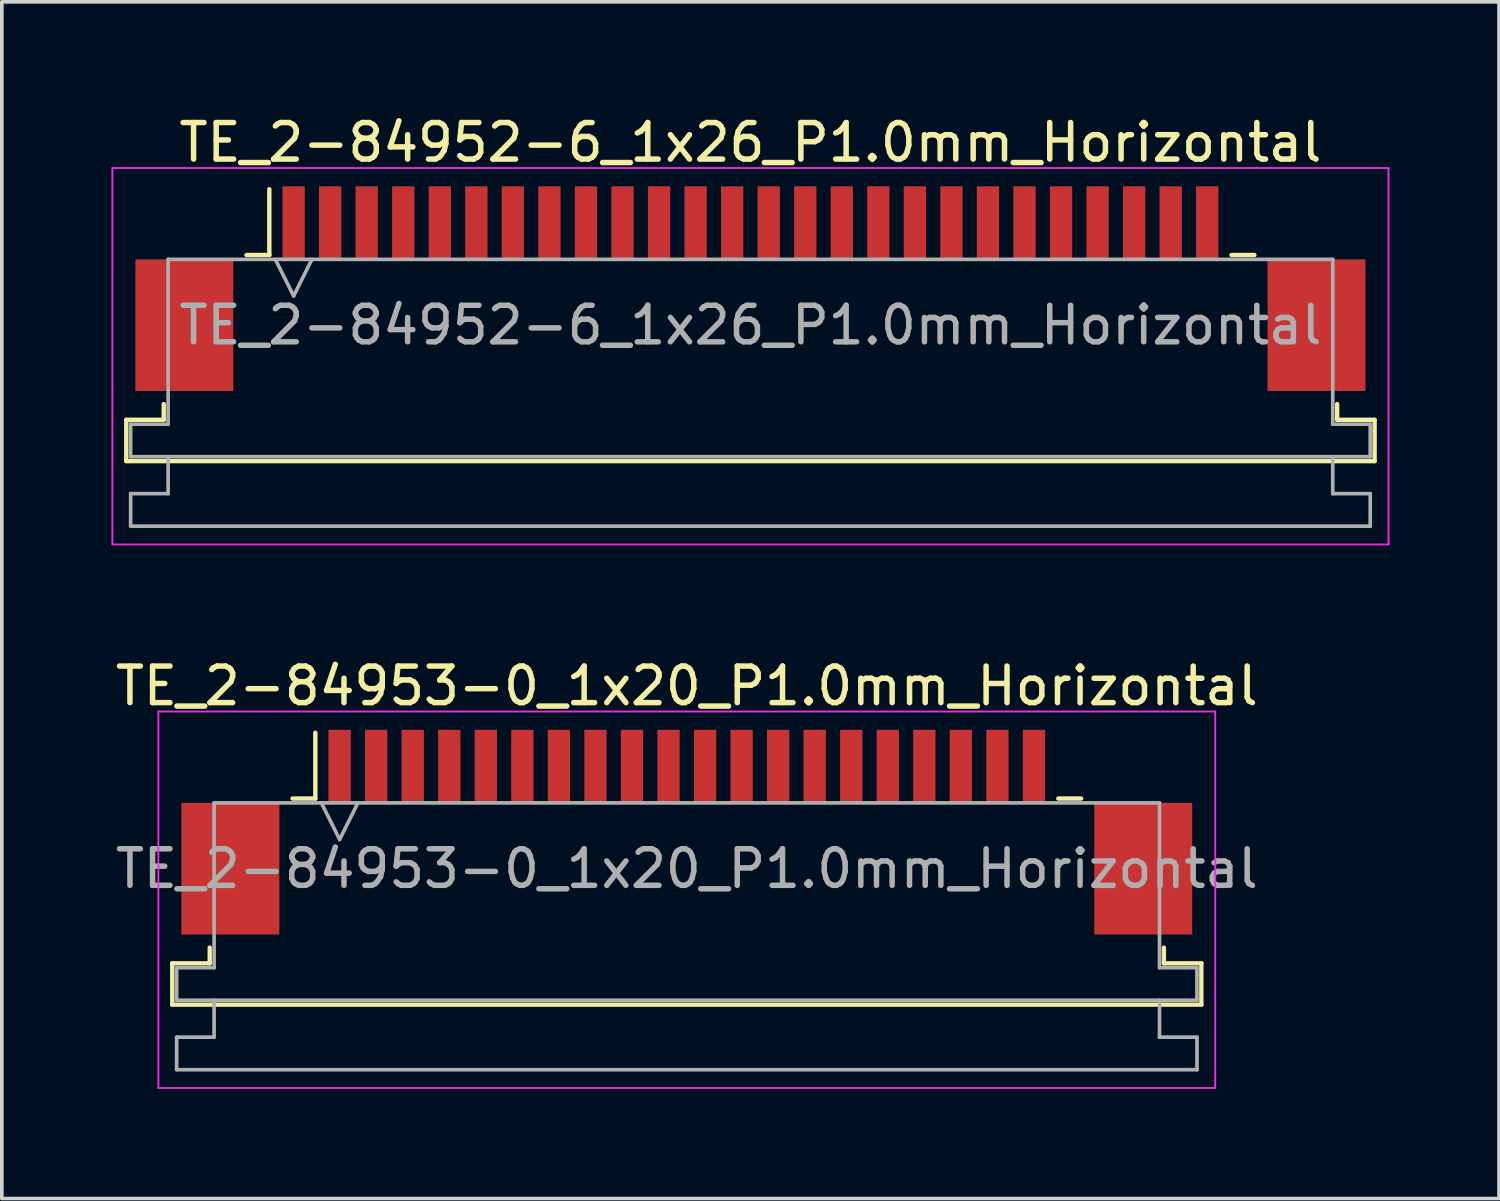
<source format=kicad_pcb>
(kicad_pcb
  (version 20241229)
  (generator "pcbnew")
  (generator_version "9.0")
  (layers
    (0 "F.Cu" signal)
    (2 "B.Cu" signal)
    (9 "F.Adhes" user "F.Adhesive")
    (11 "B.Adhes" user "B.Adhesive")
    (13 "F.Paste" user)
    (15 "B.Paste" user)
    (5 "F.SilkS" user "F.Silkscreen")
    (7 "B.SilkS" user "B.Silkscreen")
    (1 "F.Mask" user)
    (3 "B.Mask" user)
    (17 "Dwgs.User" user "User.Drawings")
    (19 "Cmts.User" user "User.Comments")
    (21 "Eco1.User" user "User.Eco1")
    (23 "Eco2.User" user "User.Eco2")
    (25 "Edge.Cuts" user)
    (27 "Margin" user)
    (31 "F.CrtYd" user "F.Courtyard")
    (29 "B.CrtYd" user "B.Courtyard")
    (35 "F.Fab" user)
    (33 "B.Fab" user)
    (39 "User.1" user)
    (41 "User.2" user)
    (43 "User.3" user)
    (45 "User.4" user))
  (footprint "TE_2-84952-6_1x26_P1.0mm_Horizontal"
    (layer "F.Cu")
    (at 17.485 4.848)
    (property "Reference" "TE_2-84952-6_1x26_P1.0mm_Horizontal" (at 0 -4 0) (layer "F.SilkS") (effects (font (size 1 1) (thickness 0.15))))
    (attr smd)
    (fp_line (start -17.08 3.59) (end -16.055 3.59) (stroke (width 0.12) (type solid)) (layer "F.SilkS"))
    (fp_line (start -17.08 4.72) (end -17.08 3.59) (stroke (width 0.12) (type solid)) (layer "F.SilkS"))
    (fp_line (start -16.055 3.59) (end -16.055 3.16) (stroke (width 0.12) (type solid)) (layer "F.SilkS"))
    (fp_line (start -13.79 -0.92) (end -13.165 -0.92) (stroke (width 0.12) (type solid)) (layer "F.SilkS"))
    (fp_line (start -13.165 -0.92) (end -13.165 -2.72) (stroke (width 0.12) (type solid)) (layer "F.SilkS"))
    (fp_line (start 13.165 -0.92) (end 13.79 -0.92) (stroke (width 0.12) (type solid)) (layer "F.SilkS"))
    (fp_line (start 16.055 3.16) (end 16.055 3.59) (stroke (width 0.12) (type solid)) (layer "F.SilkS"))
    (fp_line (start 16.055 3.59) (end 17.08 3.59) (stroke (width 0.12) (type solid)) (layer "F.SilkS"))
    (fp_line (start 17.08 3.59) (end 17.08 4.72) (stroke (width 0.12) (type solid)) (layer "F.SilkS"))
    (fp_line (start 17.08 4.72) (end -17.08 4.72) (stroke (width 0.12) (type solid)) (layer "F.SilkS"))
    (fp_line (start -17.46 -3.3) (end -17.46 7) (stroke (width 0.05) (type solid)) (layer "F.CrtYd"))
    (fp_line (start -17.46 7) (end 17.46 7) (stroke (width 0.05) (type solid)) (layer "F.CrtYd"))
    (fp_line (start 17.46 -3.3) (end -17.46 -3.3) (stroke (width 0.05) (type solid)) (layer "F.CrtYd"))
    (fp_line (start 17.46 7) (end 17.46 -3.3) (stroke (width 0.05) (type solid)) (layer "F.CrtYd"))
    (fp_line (start -16.96 3.71) (end -15.935 3.71) (stroke (width 0.1) (type solid)) (layer "F.Fab"))
    (fp_line (start -16.96 4.6) (end -16.96 3.71) (stroke (width 0.1) (type solid)) (layer "F.Fab"))
    (fp_line (start -16.96 5.61) (end -15.935 5.61) (stroke (width 0.1) (type solid)) (layer "F.Fab"))
    (fp_line (start -16.96 6.5) (end -16.96 5.61) (stroke (width 0.1) (type solid)) (layer "F.Fab"))
    (fp_line (start -15.935 -0.8) (end 15.935 -0.8) (stroke (width 0.1) (type solid)) (layer "F.Fab"))
    (fp_line (start -15.935 3.71) (end -15.935 -0.8) (stroke (width 0.1) (type solid)) (layer "F.Fab"))
    (fp_line (start -15.935 5.61) (end -15.935 4.6) (stroke (width 0.1) (type solid)) (layer "F.Fab"))
    (fp_line (start -13 -0.8) (end -12.5 0.2) (stroke (width 0.1) (type solid)) (layer "F.Fab"))
    (fp_line (start -12.5 0.2) (end -12 -0.8) (stroke (width 0.1) (type solid)) (layer "F.Fab"))
    (fp_line (start 15.935 -0.8) (end 15.935 3.71) (stroke (width 0.1) (type solid)) (layer "F.Fab"))
    (fp_line (start 15.935 3.71) (end 16.96 3.71) (stroke (width 0.1) (type solid)) (layer "F.Fab"))
    (fp_line (start 15.935 4.6) (end 15.935 5.61) (stroke (width 0.1) (type solid)) (layer "F.Fab"))
    (fp_line (start 15.935 5.61) (end 16.96 5.61) (stroke (width 0.1) (type solid)) (layer "F.Fab"))
    (fp_line (start 16.96 3.71) (end 16.96 4.6) (stroke (width 0.1) (type solid)) (layer "F.Fab"))
    (fp_line (start 16.96 4.6) (end -16.96 4.6) (stroke (width 0.1) (type solid)) (layer "F.Fab"))
    (fp_line (start 16.96 5.61) (end 16.96 6.5) (stroke (width 0.1) (type solid)) (layer "F.Fab"))
    (fp_line (start 16.96 6.5) (end -16.96 6.5) (stroke (width 0.1) (type solid)) (layer "F.Fab"))
    (fp_text user "${REFERENCE}" (at 0 1 0) (layer "F.Fab") (effects (font (size 1 1) (thickness 0.15))))
    (pad "" smd rect (at -15.49 1) (size 2.68 3.6) (layers "F.Cu" "F.Mask" "F.Paste"))
    (pad "" smd rect (at 15.49 1) (size 2.68 3.6) (layers "F.Cu" "F.Mask" "F.Paste"))
    (pad "1" smd rect (at -12.5 -1.8) (size 0.61 2) (layers "F.Cu" "F.Mask" "F.Paste"))
    (pad "2" smd rect (at -11.5 -1.8) (size 0.61 2) (layers "F.Cu" "F.Mask" "F.Paste"))
    (pad "3" smd rect (at -10.5 -1.8) (size 0.61 2) (layers "F.Cu" "F.Mask" "F.Paste"))
    (pad "4" smd rect (at -9.5 -1.8) (size 0.61 2) (layers "F.Cu" "F.Mask" "F.Paste"))
    (pad "5" smd rect (at -8.5 -1.8) (size 0.61 2) (layers "F.Cu" "F.Mask" "F.Paste"))
    (pad "6" smd rect (at -7.5 -1.8) (size 0.61 2) (layers "F.Cu" "F.Mask" "F.Paste"))
    (pad "7" smd rect (at -6.5 -1.8) (size 0.61 2) (layers "F.Cu" "F.Mask" "F.Paste"))
    (pad "8" smd rect (at -5.5 -1.8) (size 0.61 2) (layers "F.Cu" "F.Mask" "F.Paste"))
    (pad "9" smd rect (at -4.5 -1.8) (size 0.61 2) (layers "F.Cu" "F.Mask" "F.Paste"))
    (pad "10" smd rect (at -3.5 -1.8) (size 0.61 2) (layers "F.Cu" "F.Mask" "F.Paste"))
    (pad "11" smd rect (at -2.5 -1.8) (size 0.61 2) (layers "F.Cu" "F.Mask" "F.Paste"))
    (pad "12" smd rect (at -1.5 -1.8) (size 0.61 2) (layers "F.Cu" "F.Mask" "F.Paste"))
    (pad "13" smd rect (at -0.5 -1.8) (size 0.61 2) (layers "F.Cu" "F.Mask" "F.Paste"))
    (pad "14" smd rect (at 0.5 -1.8) (size 0.61 2) (layers "F.Cu" "F.Mask" "F.Paste"))
    (pad "15" smd rect (at 1.5 -1.8) (size 0.61 2) (layers "F.Cu" "F.Mask" "F.Paste"))
    (pad "16" smd rect (at 2.5 -1.8) (size 0.61 2) (layers "F.Cu" "F.Mask" "F.Paste"))
    (pad "17" smd rect (at 3.5 -1.8) (size 0.61 2) (layers "F.Cu" "F.Mask" "F.Paste"))
    (pad "18" smd rect (at 4.5 -1.8) (size 0.61 2) (layers "F.Cu" "F.Mask" "F.Paste"))
    (pad "19" smd rect (at 5.5 -1.8) (size 0.61 2) (layers "F.Cu" "F.Mask" "F.Paste"))
    (pad "20" smd rect (at 6.5 -1.8) (size 0.61 2) (layers "F.Cu" "F.Mask" "F.Paste"))
    (pad "21" smd rect (at 7.5 -1.8) (size 0.61 2) (layers "F.Cu" "F.Mask" "F.Paste"))
    (pad "22" smd rect (at 8.5 -1.8) (size 0.61 2) (layers "F.Cu" "F.Mask" "F.Paste"))
    (pad "23" smd rect (at 9.5 -1.8) (size 0.61 2) (layers "F.Cu" "F.Mask" "F.Paste"))
    (pad "24" smd rect (at 10.5 -1.8) (size 0.61 2) (layers "F.Cu" "F.Mask" "F.Paste"))
    (pad "25" smd rect (at 11.5 -1.8) (size 0.61 2) (layers "F.Cu" "F.Mask" "F.Paste"))
    (pad "26" smd rect (at 12.5 -1.8) (size 0.61 2) (layers "F.Cu" "F.Mask" "F.Paste")))
  (footprint "TE_2-84953-0_1x20_P1.0mm_Horizontal"
    (layer "F.Cu")
    (at 15.744 19.721)
    (property "Reference" "TE_2-84953-0_1x20_P1.0mm_Horizontal" (at 0 -4 0) (layer "F.SilkS") (effects (font (size 1 1) (thickness 0.15))))
    (attr smd)
    (fp_line (start -14.08 3.59) (end -13.055 3.59) (stroke (width 0.12) (type solid)) (layer "F.SilkS"))
    (fp_line (start -14.08 4.72) (end -14.08 3.59) (stroke (width 0.12) (type solid)) (layer "F.SilkS"))
    (fp_line (start -13.055 3.59) (end -13.055 3.16) (stroke (width 0.12) (type solid)) (layer "F.SilkS"))
    (fp_line (start -10.79 -0.92) (end -10.165 -0.92) (stroke (width 0.12) (type solid)) (layer "F.SilkS"))
    (fp_line (start -10.165 -0.92) (end -10.165 -2.72) (stroke (width 0.12) (type solid)) (layer "F.SilkS"))
    (fp_line (start 10.165 -0.92) (end 10.79 -0.92) (stroke (width 0.12) (type solid)) (layer "F.SilkS"))
    (fp_line (start 13.055 3.16) (end 13.055 3.59) (stroke (width 0.12) (type solid)) (layer "F.SilkS"))
    (fp_line (start 13.055 3.59) (end 14.08 3.59) (stroke (width 0.12) (type solid)) (layer "F.SilkS"))
    (fp_line (start 14.08 3.59) (end 14.08 4.72) (stroke (width 0.12) (type solid)) (layer "F.SilkS"))
    (fp_line (start 14.08 4.72) (end -14.08 4.72) (stroke (width 0.12) (type solid)) (layer "F.SilkS"))
    (fp_line (start -14.46 -3.3) (end -14.46 7) (stroke (width 0.05) (type solid)) (layer "F.CrtYd"))
    (fp_line (start -14.46 7) (end 14.46 7) (stroke (width 0.05) (type solid)) (layer "F.CrtYd"))
    (fp_line (start 14.46 -3.3) (end -14.46 -3.3) (stroke (width 0.05) (type solid)) (layer "F.CrtYd"))
    (fp_line (start 14.46 7) (end 14.46 -3.3) (stroke (width 0.05) (type solid)) (layer "F.CrtYd"))
    (fp_line (start -13.96 3.71) (end -12.935 3.71) (stroke (width 0.1) (type solid)) (layer "F.Fab"))
    (fp_line (start -13.96 4.6) (end -13.96 3.71) (stroke (width 0.1) (type solid)) (layer "F.Fab"))
    (fp_line (start -13.96 5.61) (end -12.935 5.61) (stroke (width 0.1) (type solid)) (layer "F.Fab"))
    (fp_line (start -13.96 6.5) (end -13.96 5.61) (stroke (width 0.1) (type solid)) (layer "F.Fab"))
    (fp_line (start -12.935 -0.8) (end 12.935 -0.8) (stroke (width 0.1) (type solid)) (layer "F.Fab"))
    (fp_line (start -12.935 3.71) (end -12.935 -0.8) (stroke (width 0.1) (type solid)) (layer "F.Fab"))
    (fp_line (start -12.935 5.61) (end -12.935 4.6) (stroke (width 0.1) (type solid)) (layer "F.Fab"))
    (fp_line (start -10 -0.8) (end -9.5 0.2) (stroke (width 0.1) (type solid)) (layer "F.Fab"))
    (fp_line (start -9.5 0.2) (end -9 -0.8) (stroke (width 0.1) (type solid)) (layer "F.Fab"))
    (fp_line (start 12.935 -0.8) (end 12.935 3.71) (stroke (width 0.1) (type solid)) (layer "F.Fab"))
    (fp_line (start 12.935 3.71) (end 13.96 3.71) (stroke (width 0.1) (type solid)) (layer "F.Fab"))
    (fp_line (start 12.935 4.6) (end 12.935 5.61) (stroke (width 0.1) (type solid)) (layer "F.Fab"))
    (fp_line (start 12.935 5.61) (end 13.96 5.61) (stroke (width 0.1) (type solid)) (layer "F.Fab"))
    (fp_line (start 13.96 3.71) (end 13.96 4.6) (stroke (width 0.1) (type solid)) (layer "F.Fab"))
    (fp_line (start 13.96 4.6) (end -13.96 4.6) (stroke (width 0.1) (type solid)) (layer "F.Fab"))
    (fp_line (start 13.96 5.61) (end 13.96 6.5) (stroke (width 0.1) (type solid)) (layer "F.Fab"))
    (fp_line (start 13.96 6.5) (end -13.96 6.5) (stroke (width 0.1) (type solid)) (layer "F.Fab"))
    (fp_text user "${REFERENCE}" (at 0 1 0) (layer "F.Fab") (effects (font (size 1 1) (thickness 0.15))))
    (pad "" smd rect (at -12.49 1) (size 2.68 3.6) (layers "F.Cu" "F.Mask" "F.Paste"))
    (pad "" smd rect (at 12.49 1) (size 2.68 3.6) (layers "F.Cu" "F.Mask" "F.Paste"))
    (pad "1" smd rect (at -9.5 -1.8) (size 0.61 2) (layers "F.Cu" "F.Mask" "F.Paste"))
    (pad "2" smd rect (at -8.5 -1.8) (size 0.61 2) (layers "F.Cu" "F.Mask" "F.Paste"))
    (pad "3" smd rect (at -7.5 -1.8) (size 0.61 2) (layers "F.Cu" "F.Mask" "F.Paste"))
    (pad "4" smd rect (at -6.5 -1.8) (size 0.61 2) (layers "F.Cu" "F.Mask" "F.Paste"))
    (pad "5" smd rect (at -5.5 -1.8) (size 0.61 2) (layers "F.Cu" "F.Mask" "F.Paste"))
    (pad "6" smd rect (at -4.5 -1.8) (size 0.61 2) (layers "F.Cu" "F.Mask" "F.Paste"))
    (pad "7" smd rect (at -3.5 -1.8) (size 0.61 2) (layers "F.Cu" "F.Mask" "F.Paste"))
    (pad "8" smd rect (at -2.5 -1.8) (size 0.61 2) (layers "F.Cu" "F.Mask" "F.Paste"))
    (pad "9" smd rect (at -1.5 -1.8) (size 0.61 2) (layers "F.Cu" "F.Mask" "F.Paste"))
    (pad "10" smd rect (at -0.5 -1.8) (size 0.61 2) (layers "F.Cu" "F.Mask" "F.Paste"))
    (pad "11" smd rect (at 0.5 -1.8) (size 0.61 2) (layers "F.Cu" "F.Mask" "F.Paste"))
    (pad "12" smd rect (at 1.5 -1.8) (size 0.61 2) (layers "F.Cu" "F.Mask" "F.Paste"))
    (pad "13" smd rect (at 2.5 -1.8) (size 0.61 2) (layers "F.Cu" "F.Mask" "F.Paste"))
    (pad "14" smd rect (at 3.5 -1.8) (size 0.61 2) (layers "F.Cu" "F.Mask" "F.Paste"))
    (pad "15" smd rect (at 4.5 -1.8) (size 0.61 2) (layers "F.Cu" "F.Mask" "F.Paste"))
    (pad "16" smd rect (at 5.5 -1.8) (size 0.61 2) (layers "F.Cu" "F.Mask" "F.Paste"))
    (pad "17" smd rect (at 6.5 -1.8) (size 0.61 2) (layers "F.Cu" "F.Mask" "F.Paste"))
    (pad "18" smd rect (at 7.5 -1.8) (size 0.61 2) (layers "F.Cu" "F.Mask" "F.Paste"))
    (pad "19" smd rect (at 8.5 -1.8) (size 0.61 2) (layers "F.Cu" "F.Mask" "F.Paste"))
    (pad "20" smd rect (at 9.5 -1.8) (size 0.61 2) (layers "F.Cu" "F.Mask" "F.Paste")))
  (gr_rect
    (start -3 -3)
    (end 37.97 29.747)
    (stroke (width 0.1) (type default))
    (fill no)
    (layer "Edge.Cuts")))
</source>
